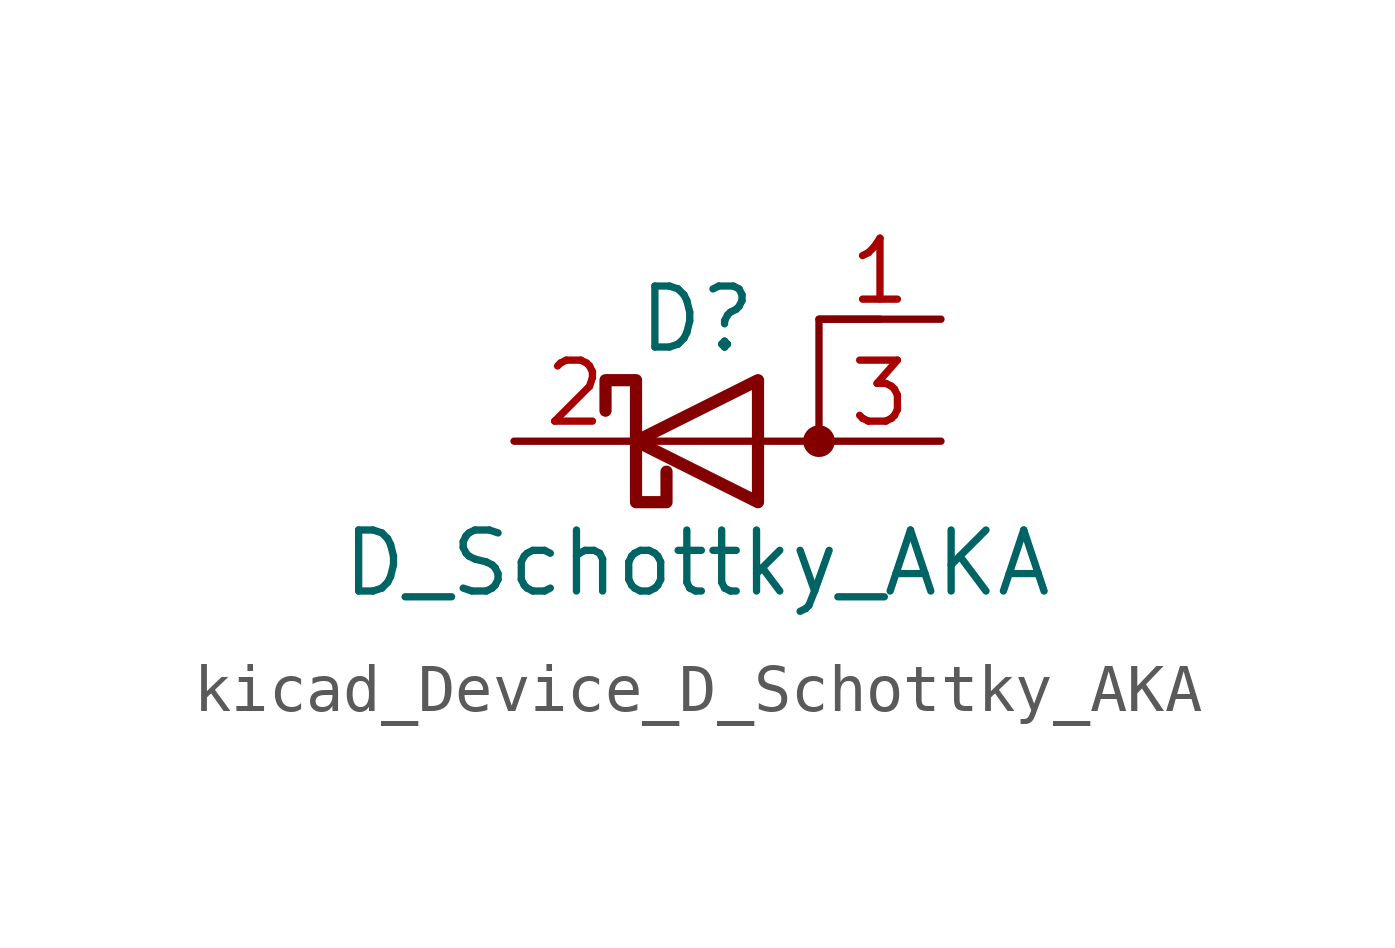
<source format=kicad_sym>
(kicad_symbol_lib
  (version 20220914)
  (generator kicad_symbol_editor)
  (symbol "kicad_Device_D_Schottky_AKA"
    (pin_names
      (offset 0) hide)
    (property "Reference" "D"
      (at 0 2.54 0)
      (effects (font (size 1.27 1.27))))
    (property "Value" "D_Schottky_AKA"
      (at 0 -2.54 0)
      (effects (font (size 1.27 1.27))))
    (symbol "kicad_Device_D_Schottky_AKA_0_1"
      (polyline (pts (xy 1.27 1.27) (xy 1.27 -1.27) (xy -1.27 0) (xy 1.27 1.27)) (stroke (width 0.254) (type default)) (fill (type none)))
      (polyline (pts (xy 3.81 2.54) (xy 2.54 2.54) (xy 2.54 0) (xy -1.27 0)) (stroke (width 0) (type default)) (fill (type none)))
      (polyline (pts (xy -1.905 0.635) (xy -1.905 1.27) (xy -1.27 1.27) (xy -1.27 -1.27) (xy -0.635 -1.27) (xy -0.635 -0.635)) (stroke (width 0.254) (type default)) (fill (type none)))
      (circle (center 2.54 0) (radius 0.254) (stroke (width 0) (type default)) (fill (type outline))))
    (symbol "kicad_Device_D_Schottky_AKA_1_1"
      (pin input line (at 5.08 2.54 180) (length 2.54) (name "A" (effects (font (size 1.27 1.27)))) (number "1" (effects (font (size 1.27 1.27)))))
      (pin passive line (at -3.81 0 0) (length 2.54) (name "K" (effects (font (size 1.27 1.27)))) (number "2" (effects (font (size 1.27 1.27)))))
      (pin passive line (at 5.08 0 180) (length 2.54) (name "A" (effects (font (size 1.27 1.27)))) (number "3" (effects (font (size 1.27 1.27))))))))
</source>
